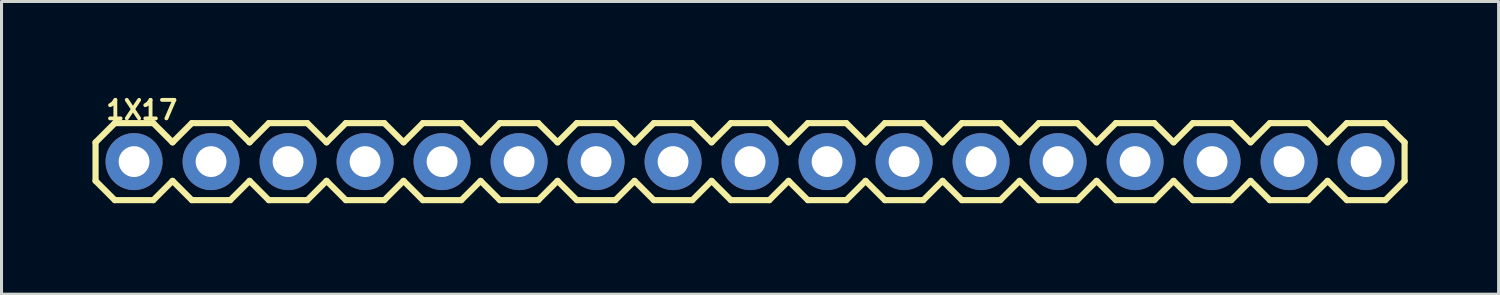
<source format=kicad_pcb>
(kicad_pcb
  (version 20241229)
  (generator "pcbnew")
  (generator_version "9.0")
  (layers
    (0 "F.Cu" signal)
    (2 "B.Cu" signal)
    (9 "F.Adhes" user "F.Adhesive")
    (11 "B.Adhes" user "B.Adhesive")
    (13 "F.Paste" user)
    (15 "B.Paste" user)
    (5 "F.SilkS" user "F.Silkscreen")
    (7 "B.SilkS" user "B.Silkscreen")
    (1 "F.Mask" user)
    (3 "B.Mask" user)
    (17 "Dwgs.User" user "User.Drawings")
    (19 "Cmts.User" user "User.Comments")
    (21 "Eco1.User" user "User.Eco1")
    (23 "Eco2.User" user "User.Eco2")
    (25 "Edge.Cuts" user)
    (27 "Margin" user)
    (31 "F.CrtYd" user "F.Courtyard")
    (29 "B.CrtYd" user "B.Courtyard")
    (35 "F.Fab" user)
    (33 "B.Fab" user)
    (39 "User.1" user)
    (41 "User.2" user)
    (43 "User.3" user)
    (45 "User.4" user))
  (footprint "1X17"
    (layer "F.Cu")
    (at 1.372 2.281)
    (property "Reference" "1X17" (at 0.254 -1.702 0) (layer "F.SilkS") (effects (font (size 0.61 0.61) (thickness 0.127))))
    (attr exclude_from_pos_files exclude_from_bom)
    (fp_line (start -1.27 -0.635) (end -1.27 0.635) (stroke (width 0.203) (type solid)) (layer "F.SilkS"))
    (fp_line (start -1.27 0.635) (end -0.635 1.27) (stroke (width 0.203) (type solid)) (layer "F.SilkS"))
    (fp_line (start -0.635 -1.27) (end -1.27 -0.635) (stroke (width 0.203) (type solid)) (layer "F.SilkS"))
    (fp_line (start -0.635 -1.27) (end 0.635 -1.27) (stroke (width 0.203) (type solid)) (layer "F.SilkS"))
    (fp_line (start 0.635 -1.27) (end 1.27 -0.635) (stroke (width 0.203) (type solid)) (layer "F.SilkS"))
    (fp_line (start 0.635 1.27) (end -0.635 1.27) (stroke (width 0.203) (type solid)) (layer "F.SilkS"))
    (fp_line (start 1.27 -0.635) (end 1.905 -1.27) (stroke (width 0.203) (type solid)) (layer "F.SilkS"))
    (fp_line (start 1.27 0.635) (end 0.635 1.27) (stroke (width 0.203) (type solid)) (layer "F.SilkS"))
    (fp_line (start 1.905 -1.27) (end 3.175 -1.27) (stroke (width 0.203) (type solid)) (layer "F.SilkS"))
    (fp_line (start 1.905 1.27) (end 1.27 0.635) (stroke (width 0.203) (type solid)) (layer "F.SilkS"))
    (fp_line (start 3.175 -1.27) (end 3.81 -0.635) (stroke (width 0.203) (type solid)) (layer "F.SilkS"))
    (fp_line (start 3.175 1.27) (end 1.905 1.27) (stroke (width 0.203) (type solid)) (layer "F.SilkS"))
    (fp_line (start 3.81 -0.635) (end 4.445 -1.27) (stroke (width 0.203) (type solid)) (layer "F.SilkS"))
    (fp_line (start 3.81 0.635) (end 3.175 1.27) (stroke (width 0.203) (type solid)) (layer "F.SilkS"))
    (fp_line (start 4.445 -1.27) (end 5.715 -1.27) (stroke (width 0.203) (type solid)) (layer "F.SilkS"))
    (fp_line (start 4.445 1.27) (end 3.81 0.635) (stroke (width 0.203) (type solid)) (layer "F.SilkS"))
    (fp_line (start 5.715 -1.27) (end 6.35 -0.635) (stroke (width 0.203) (type solid)) (layer "F.SilkS"))
    (fp_line (start 5.715 1.27) (end 4.445 1.27) (stroke (width 0.203) (type solid)) (layer "F.SilkS"))
    (fp_line (start 6.35 0.635) (end 5.715 1.27) (stroke (width 0.203) (type solid)) (layer "F.SilkS"))
    (fp_line (start 6.35 0.635) (end 6.985 1.27) (stroke (width 0.203) (type solid)) (layer "F.SilkS"))
    (fp_line (start 6.985 -1.27) (end 6.35 -0.635) (stroke (width 0.203) (type solid)) (layer "F.SilkS"))
    (fp_line (start 6.985 -1.27) (end 8.255 -1.27) (stroke (width 0.203) (type solid)) (layer "F.SilkS"))
    (fp_line (start 8.255 -1.27) (end 8.89 -0.635) (stroke (width 0.203) (type solid)) (layer "F.SilkS"))
    (fp_line (start 8.255 1.27) (end 6.985 1.27) (stroke (width 0.203) (type solid)) (layer "F.SilkS"))
    (fp_line (start 8.89 -0.635) (end 9.525 -1.27) (stroke (width 0.203) (type solid)) (layer "F.SilkS"))
    (fp_line (start 8.89 0.635) (end 8.255 1.27) (stroke (width 0.203) (type solid)) (layer "F.SilkS"))
    (fp_line (start 9.525 -1.27) (end 10.795 -1.27) (stroke (width 0.203) (type solid)) (layer "F.SilkS"))
    (fp_line (start 9.525 1.27) (end 8.89 0.635) (stroke (width 0.203) (type solid)) (layer "F.SilkS"))
    (fp_line (start 10.795 -1.27) (end 11.43 -0.635) (stroke (width 0.203) (type solid)) (layer "F.SilkS"))
    (fp_line (start 10.795 1.27) (end 9.525 1.27) (stroke (width 0.203) (type solid)) (layer "F.SilkS"))
    (fp_line (start 11.43 -0.635) (end 12.065 -1.27) (stroke (width 0.203) (type solid)) (layer "F.SilkS"))
    (fp_line (start 11.43 0.635) (end 10.795 1.27) (stroke (width 0.203) (type solid)) (layer "F.SilkS"))
    (fp_line (start 12.065 -1.27) (end 13.335 -1.27) (stroke (width 0.203) (type solid)) (layer "F.SilkS"))
    (fp_line (start 12.065 1.27) (end 11.43 0.635) (stroke (width 0.203) (type solid)) (layer "F.SilkS"))
    (fp_line (start 13.335 -1.27) (end 13.97 -0.635) (stroke (width 0.203) (type solid)) (layer "F.SilkS"))
    (fp_line (start 13.335 1.27) (end 12.065 1.27) (stroke (width 0.203) (type solid)) (layer "F.SilkS"))
    (fp_line (start 13.97 0.635) (end 13.335 1.27) (stroke (width 0.203) (type solid)) (layer "F.SilkS"))
    (fp_line (start 13.97 0.635) (end 14.605 1.27) (stroke (width 0.203) (type solid)) (layer "F.SilkS"))
    (fp_line (start 14.605 -1.27) (end 13.97 -0.635) (stroke (width 0.203) (type solid)) (layer "F.SilkS"))
    (fp_line (start 14.605 -1.27) (end 15.875 -1.27) (stroke (width 0.203) (type solid)) (layer "F.SilkS"))
    (fp_line (start 15.875 -1.27) (end 16.51 -0.635) (stroke (width 0.203) (type solid)) (layer "F.SilkS"))
    (fp_line (start 15.875 1.27) (end 14.605 1.27) (stroke (width 0.203) (type solid)) (layer "F.SilkS"))
    (fp_line (start 16.51 0.635) (end 15.875 1.27) (stroke (width 0.203) (type solid)) (layer "F.SilkS"))
    (fp_line (start 16.51 0.635) (end 17.145 1.27) (stroke (width 0.203) (type solid)) (layer "F.SilkS"))
    (fp_line (start 17.145 -1.27) (end 16.51 -0.635) (stroke (width 0.203) (type solid)) (layer "F.SilkS"))
    (fp_line (start 17.145 -1.27) (end 18.415 -1.27) (stroke (width 0.203) (type solid)) (layer "F.SilkS"))
    (fp_line (start 18.415 -1.27) (end 19.05 -0.635) (stroke (width 0.203) (type solid)) (layer "F.SilkS"))
    (fp_line (start 18.415 1.27) (end 17.145 1.27) (stroke (width 0.203) (type solid)) (layer "F.SilkS"))
    (fp_line (start 19.05 -0.635) (end 19.685 -1.27) (stroke (width 0.203) (type solid)) (layer "F.SilkS"))
    (fp_line (start 19.05 0.635) (end 18.415 1.27) (stroke (width 0.203) (type solid)) (layer "F.SilkS"))
    (fp_line (start 19.685 -1.27) (end 20.955 -1.27) (stroke (width 0.203) (type solid)) (layer "F.SilkS"))
    (fp_line (start 19.685 1.27) (end 19.05 0.635) (stroke (width 0.203) (type solid)) (layer "F.SilkS"))
    (fp_line (start 20.955 -1.27) (end 21.59 -0.635) (stroke (width 0.203) (type solid)) (layer "F.SilkS"))
    (fp_line (start 20.955 1.27) (end 19.685 1.27) (stroke (width 0.203) (type solid)) (layer "F.SilkS"))
    (fp_line (start 21.59 -0.635) (end 22.225 -1.27) (stroke (width 0.203) (type solid)) (layer "F.SilkS"))
    (fp_line (start 21.59 0.635) (end 20.955 1.27) (stroke (width 0.203) (type solid)) (layer "F.SilkS"))
    (fp_line (start 22.225 -1.27) (end 23.495 -1.27) (stroke (width 0.203) (type solid)) (layer "F.SilkS"))
    (fp_line (start 22.225 1.27) (end 21.59 0.635) (stroke (width 0.203) (type solid)) (layer "F.SilkS"))
    (fp_line (start 23.495 -1.27) (end 24.13 -0.635) (stroke (width 0.203) (type solid)) (layer "F.SilkS"))
    (fp_line (start 23.495 1.27) (end 22.225 1.27) (stroke (width 0.203) (type solid)) (layer "F.SilkS"))
    (fp_line (start 24.13 0.635) (end 23.495 1.27) (stroke (width 0.203) (type solid)) (layer "F.SilkS"))
    (fp_line (start 24.13 0.635) (end 24.765 1.27) (stroke (width 0.203) (type solid)) (layer "F.SilkS"))
    (fp_line (start 24.765 -1.27) (end 24.13 -0.635) (stroke (width 0.203) (type solid)) (layer "F.SilkS"))
    (fp_line (start 24.765 -1.27) (end 26.035 -1.27) (stroke (width 0.203) (type solid)) (layer "F.SilkS"))
    (fp_line (start 26.035 -1.27) (end 26.67 -0.635) (stroke (width 0.203) (type solid)) (layer "F.SilkS"))
    (fp_line (start 26.035 1.27) (end 24.765 1.27) (stroke (width 0.203) (type solid)) (layer "F.SilkS"))
    (fp_line (start 26.67 -0.635) (end 27.305 -1.27) (stroke (width 0.203) (type solid)) (layer "F.SilkS"))
    (fp_line (start 26.67 0.635) (end 26.035 1.27) (stroke (width 0.203) (type solid)) (layer "F.SilkS"))
    (fp_line (start 27.305 -1.27) (end 28.575 -1.27) (stroke (width 0.203) (type solid)) (layer "F.SilkS"))
    (fp_line (start 27.305 1.27) (end 26.67 0.635) (stroke (width 0.203) (type solid)) (layer "F.SilkS"))
    (fp_line (start 28.575 -1.27) (end 29.21 -0.635) (stroke (width 0.203) (type solid)) (layer "F.SilkS"))
    (fp_line (start 28.575 1.27) (end 27.305 1.27) (stroke (width 0.203) (type solid)) (layer "F.SilkS"))
    (fp_line (start 29.21 -0.635) (end 29.845 -1.27) (stroke (width 0.203) (type solid)) (layer "F.SilkS"))
    (fp_line (start 29.21 0.635) (end 28.575 1.27) (stroke (width 0.203) (type solid)) (layer "F.SilkS"))
    (fp_line (start 29.845 -1.27) (end 31.115 -1.27) (stroke (width 0.203) (type solid)) (layer "F.SilkS"))
    (fp_line (start 29.845 1.27) (end 29.21 0.635) (stroke (width 0.203) (type solid)) (layer "F.SilkS"))
    (fp_line (start 31.115 -1.27) (end 31.75 -0.635) (stroke (width 0.203) (type solid)) (layer "F.SilkS"))
    (fp_line (start 31.115 1.27) (end 29.845 1.27) (stroke (width 0.203) (type solid)) (layer "F.SilkS"))
    (fp_line (start 31.75 0.635) (end 31.115 1.27) (stroke (width 0.203) (type solid)) (layer "F.SilkS"))
    (fp_line (start 31.75 0.635) (end 32.385 1.27) (stroke (width 0.203) (type solid)) (layer "F.SilkS"))
    (fp_line (start 32.385 -1.27) (end 31.75 -0.635) (stroke (width 0.203) (type solid)) (layer "F.SilkS"))
    (fp_line (start 32.385 -1.27) (end 33.655 -1.27) (stroke (width 0.203) (type solid)) (layer "F.SilkS"))
    (fp_line (start 33.655 -1.27) (end 34.29 -0.635) (stroke (width 0.203) (type solid)) (layer "F.SilkS"))
    (fp_line (start 33.655 1.27) (end 32.385 1.27) (stroke (width 0.203) (type solid)) (layer "F.SilkS"))
    (fp_line (start 34.29 0.635) (end 33.655 1.27) (stroke (width 0.203) (type solid)) (layer "F.SilkS"))
    (fp_line (start 34.29 0.635) (end 34.925 1.27) (stroke (width 0.203) (type solid)) (layer "F.SilkS"))
    (fp_line (start 34.925 -1.27) (end 34.29 -0.635) (stroke (width 0.203) (type solid)) (layer "F.SilkS"))
    (fp_line (start 34.925 -1.27) (end 36.195 -1.27) (stroke (width 0.203) (type solid)) (layer "F.SilkS"))
    (fp_line (start 36.195 -1.27) (end 36.83 -0.635) (stroke (width 0.203) (type solid)) (layer "F.SilkS"))
    (fp_line (start 36.195 1.27) (end 34.925 1.27) (stroke (width 0.203) (type solid)) (layer "F.SilkS"))
    (fp_line (start 36.83 0.635) (end 36.195 1.27) (stroke (width 0.203) (type solid)) (layer "F.SilkS"))
    (fp_line (start 36.83 0.635) (end 37.465 1.27) (stroke (width 0.203) (type solid)) (layer "F.SilkS"))
    (fp_line (start 37.465 -1.27) (end 36.83 -0.635) (stroke (width 0.203) (type solid)) (layer "F.SilkS"))
    (fp_line (start 37.465 -1.27) (end 38.735 -1.27) (stroke (width 0.203) (type solid)) (layer "F.SilkS"))
    (fp_line (start 38.735 -1.27) (end 39.37 -0.635) (stroke (width 0.203) (type solid)) (layer "F.SilkS"))
    (fp_line (start 38.735 1.27) (end 37.465 1.27) (stroke (width 0.203) (type solid)) (layer "F.SilkS"))
    (fp_line (start 39.37 0.635) (end 38.735 1.27) (stroke (width 0.203) (type solid)) (layer "F.SilkS"))
    (fp_line (start 39.37 0.635) (end 40.005 1.27) (stroke (width 0.203) (type solid)) (layer "F.SilkS"))
    (fp_line (start 40.005 -1.27) (end 39.37 -0.635) (stroke (width 0.203) (type solid)) (layer "F.SilkS"))
    (fp_line (start 40.005 -1.27) (end 41.275 -1.27) (stroke (width 0.203) (type solid)) (layer "F.SilkS"))
    (fp_line (start 41.275 -1.27) (end 41.91 -0.635) (stroke (width 0.203) (type solid)) (layer "F.SilkS"))
    (fp_line (start 41.275 1.27) (end 40.005 1.27) (stroke (width 0.203) (type solid)) (layer "F.SilkS"))
    (fp_line (start 41.91 -0.635) (end 41.91 0.635) (stroke (width 0.203) (type solid)) (layer "F.SilkS"))
    (fp_line (start 41.91 0.635) (end 41.275 1.27) (stroke (width 0.203) (type solid)) (layer "F.SilkS"))
    (fp_line (start -0.254 -0.254) (end 0.254 -0.254) (stroke (width 0.066) (type solid)) (layer "Dwgs.User"))
    (fp_line (start -0.254 0.254) (end -0.254 -0.254) (stroke (width 0.066) (type solid)) (layer "Dwgs.User"))
    (fp_line (start -0.254 0.254) (end 0.254 0.254) (stroke (width 0.066) (type solid)) (layer "Dwgs.User"))
    (fp_line (start 0.254 0.254) (end 0.254 -0.254) (stroke (width 0.066) (type solid)) (layer "Dwgs.User"))
    (fp_line (start 2.286 -0.254) (end 2.794 -0.254) (stroke (width 0.066) (type solid)) (layer "Dwgs.User"))
    (fp_line (start 2.286 0.254) (end 2.286 -0.254) (stroke (width 0.066) (type solid)) (layer "Dwgs.User"))
    (fp_line (start 2.286 0.254) (end 2.794 0.254) (stroke (width 0.066) (type solid)) (layer "Dwgs.User"))
    (fp_line (start 2.794 0.254) (end 2.794 -0.254) (stroke (width 0.066) (type solid)) (layer "Dwgs.User"))
    (fp_line (start 4.826 -0.254) (end 5.334 -0.254) (stroke (width 0.066) (type solid)) (layer "Dwgs.User"))
    (fp_line (start 4.826 0.254) (end 4.826 -0.254) (stroke (width 0.066) (type solid)) (layer "Dwgs.User"))
    (fp_line (start 4.826 0.254) (end 5.334 0.254) (stroke (width 0.066) (type solid)) (layer "Dwgs.User"))
    (fp_line (start 5.334 0.254) (end 5.334 -0.254) (stroke (width 0.066) (type solid)) (layer "Dwgs.User"))
    (fp_line (start 7.366 -0.254) (end 7.874 -0.254) (stroke (width 0.066) (type solid)) (layer "Dwgs.User"))
    (fp_line (start 7.366 0.254) (end 7.366 -0.254) (stroke (width 0.066) (type solid)) (layer "Dwgs.User"))
    (fp_line (start 7.366 0.254) (end 7.874 0.254) (stroke (width 0.066) (type solid)) (layer "Dwgs.User"))
    (fp_line (start 7.874 0.254) (end 7.874 -0.254) (stroke (width 0.066) (type solid)) (layer "Dwgs.User"))
    (fp_line (start 9.906 -0.254) (end 10.414 -0.254) (stroke (width 0.066) (type solid)) (layer "Dwgs.User"))
    (fp_line (start 9.906 0.254) (end 9.906 -0.254) (stroke (width 0.066) (type solid)) (layer "Dwgs.User"))
    (fp_line (start 9.906 0.254) (end 10.414 0.254) (stroke (width 0.066) (type solid)) (layer "Dwgs.User"))
    (fp_line (start 10.414 0.254) (end 10.414 -0.254) (stroke (width 0.066) (type solid)) (layer "Dwgs.User"))
    (fp_line (start 12.446 -0.254) (end 12.954 -0.254) (stroke (width 0.066) (type solid)) (layer "Dwgs.User"))
    (fp_line (start 12.446 0.254) (end 12.446 -0.254) (stroke (width 0.066) (type solid)) (layer "Dwgs.User"))
    (fp_line (start 12.446 0.254) (end 12.954 0.254) (stroke (width 0.066) (type solid)) (layer "Dwgs.User"))
    (fp_line (start 12.954 0.254) (end 12.954 -0.254) (stroke (width 0.066) (type solid)) (layer "Dwgs.User"))
    (fp_line (start 14.986 -0.254) (end 15.494 -0.254) (stroke (width 0.066) (type solid)) (layer "Dwgs.User"))
    (fp_line (start 14.986 0.254) (end 14.986 -0.254) (stroke (width 0.066) (type solid)) (layer "Dwgs.User"))
    (fp_line (start 14.986 0.254) (end 15.494 0.254) (stroke (width 0.066) (type solid)) (layer "Dwgs.User"))
    (fp_line (start 15.494 0.254) (end 15.494 -0.254) (stroke (width 0.066) (type solid)) (layer "Dwgs.User"))
    (fp_line (start 17.523 -0.254) (end 18.034 -0.254) (stroke (width 0.066) (type solid)) (layer "Dwgs.User"))
    (fp_line (start 17.523 0.254) (end 17.523 -0.254) (stroke (width 0.066) (type solid)) (layer "Dwgs.User"))
    (fp_line (start 17.523 0.254) (end 18.034 0.254) (stroke (width 0.066) (type solid)) (layer "Dwgs.User"))
    (fp_line (start 18.034 0.254) (end 18.034 -0.254) (stroke (width 0.066) (type solid)) (layer "Dwgs.User"))
    (fp_line (start 20.066 -0.254) (end 20.574 -0.254) (stroke (width 0.066) (type solid)) (layer "Dwgs.User"))
    (fp_line (start 20.066 0.254) (end 20.066 -0.254) (stroke (width 0.066) (type solid)) (layer "Dwgs.User"))
    (fp_line (start 20.066 0.254) (end 20.574 0.254) (stroke (width 0.066) (type solid)) (layer "Dwgs.User"))
    (fp_line (start 20.574 0.254) (end 20.574 -0.254) (stroke (width 0.066) (type solid)) (layer "Dwgs.User"))
    (fp_line (start 22.606 -0.254) (end 23.114 -0.254) (stroke (width 0.066) (type solid)) (layer "Dwgs.User"))
    (fp_line (start 22.606 0.254) (end 22.606 -0.254) (stroke (width 0.066) (type solid)) (layer "Dwgs.User"))
    (fp_line (start 22.606 0.254) (end 23.114 0.254) (stroke (width 0.066) (type solid)) (layer "Dwgs.User"))
    (fp_line (start 23.114 0.254) (end 23.114 -0.254) (stroke (width 0.066) (type solid)) (layer "Dwgs.User"))
    (fp_line (start 25.146 -0.254) (end 25.654 -0.254) (stroke (width 0.066) (type solid)) (layer "Dwgs.User"))
    (fp_line (start 25.146 0.254) (end 25.146 -0.254) (stroke (width 0.066) (type solid)) (layer "Dwgs.User"))
    (fp_line (start 25.146 0.254) (end 25.654 0.254) (stroke (width 0.066) (type solid)) (layer "Dwgs.User"))
    (fp_line (start 25.654 0.254) (end 25.654 -0.254) (stroke (width 0.066) (type solid)) (layer "Dwgs.User"))
    (fp_line (start 27.686 -0.254) (end 28.194 -0.254) (stroke (width 0.066) (type solid)) (layer "Dwgs.User"))
    (fp_line (start 27.686 0.254) (end 27.686 -0.254) (stroke (width 0.066) (type solid)) (layer "Dwgs.User"))
    (fp_line (start 27.686 0.254) (end 28.194 0.254) (stroke (width 0.066) (type solid)) (layer "Dwgs.User"))
    (fp_line (start 28.194 0.254) (end 28.194 -0.254) (stroke (width 0.066) (type solid)) (layer "Dwgs.User"))
    (fp_line (start 30.226 -0.254) (end 30.734 -0.254) (stroke (width 0.066) (type solid)) (layer "Dwgs.User"))
    (fp_line (start 30.226 0.254) (end 30.226 -0.254) (stroke (width 0.066) (type solid)) (layer "Dwgs.User"))
    (fp_line (start 30.226 0.254) (end 30.734 0.254) (stroke (width 0.066) (type solid)) (layer "Dwgs.User"))
    (fp_line (start 30.734 0.254) (end 30.734 -0.254) (stroke (width 0.066) (type solid)) (layer "Dwgs.User"))
    (fp_line (start 32.766 -0.254) (end 33.274 -0.254) (stroke (width 0.066) (type solid)) (layer "Dwgs.User"))
    (fp_line (start 32.766 0.254) (end 32.766 -0.254) (stroke (width 0.066) (type solid)) (layer "Dwgs.User"))
    (fp_line (start 32.766 0.254) (end 33.274 0.254) (stroke (width 0.066) (type solid)) (layer "Dwgs.User"))
    (fp_line (start 33.274 0.254) (end 33.274 -0.254) (stroke (width 0.066) (type solid)) (layer "Dwgs.User"))
    (fp_line (start 35.303 -0.254) (end 35.814 -0.254) (stroke (width 0.066) (type solid)) (layer "Dwgs.User"))
    (fp_line (start 35.303 0.254) (end 35.303 -0.254) (stroke (width 0.066) (type solid)) (layer "Dwgs.User"))
    (fp_line (start 35.303 0.254) (end 35.814 0.254) (stroke (width 0.066) (type solid)) (layer "Dwgs.User"))
    (fp_line (start 35.814 0.254) (end 35.814 -0.254) (stroke (width 0.066) (type solid)) (layer "Dwgs.User"))
    (fp_line (start 37.846 -0.254) (end 38.354 -0.254) (stroke (width 0.066) (type solid)) (layer "Dwgs.User"))
    (fp_line (start 37.846 0.254) (end 37.846 -0.254) (stroke (width 0.066) (type solid)) (layer "Dwgs.User"))
    (fp_line (start 37.846 0.254) (end 38.354 0.254) (stroke (width 0.066) (type solid)) (layer "Dwgs.User"))
    (fp_line (start 38.354 0.254) (end 38.354 -0.254) (stroke (width 0.066) (type solid)) (layer "Dwgs.User"))
    (fp_line (start 40.386 -0.254) (end 40.894 -0.254) (stroke (width 0.066) (type solid)) (layer "Dwgs.User"))
    (fp_line (start 40.386 0.254) (end 40.386 -0.254) (stroke (width 0.066) (type solid)) (layer "Dwgs.User"))
    (fp_line (start 40.386 0.254) (end 40.894 0.254) (stroke (width 0.066) (type solid)) (layer "Dwgs.User"))
    (fp_line (start 40.894 0.254) (end 40.894 -0.254) (stroke (width 0.066) (type solid)) (layer "Dwgs.User"))
    (pad "1" thru_hole circle (at 0 0) (size 1.88 1.88) (drill 1.016) (layers "*.Cu" "*.Paste" "*.Mask"))
    (pad "2" thru_hole circle (at 2.54 0) (size 1.88 1.88) (drill 1.016) (layers "*.Cu" "*.Paste" "*.Mask"))
    (pad "3" thru_hole circle (at 5.08 0) (size 1.88 1.88) (drill 1.016) (layers "*.Cu" "*.Paste" "*.Mask"))
    (pad "4" thru_hole circle (at 7.62 0) (size 1.88 1.88) (drill 1.016) (layers "*.Cu" "*.Paste" "*.Mask"))
    (pad "5" thru_hole circle (at 10.16 0) (size 1.88 1.88) (drill 1.016) (layers "*.Cu" "*.Paste" "*.Mask"))
    (pad "6" thru_hole circle (at 12.7 0) (size 1.88 1.88) (drill 1.016) (layers "*.Cu" "*.Paste" "*.Mask"))
    (pad "7" thru_hole circle (at 15.24 0) (size 1.88 1.88) (drill 1.016) (layers "*.Cu" "*.Paste" "*.Mask"))
    (pad "8" thru_hole circle (at 17.78 0) (size 1.88 1.88) (drill 1.016) (layers "*.Cu" "*.Paste" "*.Mask"))
    (pad "9" thru_hole circle (at 20.32 0) (size 1.88 1.88) (drill 1.016) (layers "*.Cu" "*.Paste" "*.Mask"))
    (pad "10" thru_hole circle (at 22.86 0) (size 1.88 1.88) (drill 1.016) (layers "*.Cu" "*.Paste" "*.Mask"))
    (pad "11" thru_hole circle (at 25.4 0) (size 1.88 1.88) (drill 1.016) (layers "*.Cu" "*.Paste" "*.Mask"))
    (pad "12" thru_hole circle (at 27.94 0) (size 1.88 1.88) (drill 1.016) (layers "*.Cu" "*.Paste" "*.Mask"))
    (pad "13" thru_hole circle (at 30.48 0) (size 1.88 1.88) (drill 1.016) (layers "*.Cu" "*.Paste" "*.Mask"))
    (pad "14" thru_hole circle (at 33.02 0) (size 1.88 1.88) (drill 1.016) (layers "*.Cu" "*.Paste" "*.Mask"))
    (pad "15" thru_hole circle (at 35.56 0) (size 1.88 1.88) (drill 1.016) (layers "*.Cu" "*.Paste" "*.Mask"))
    (pad "16" thru_hole circle (at 38.1 0) (size 1.88 1.88) (drill 1.016) (layers "*.Cu" "*.Paste" "*.Mask"))
    (pad "17" thru_hole circle (at 40.64 0) (size 1.88 1.88) (drill 1.016) (layers "*.Cu" "*.Paste" "*.Mask")))
  (gr_rect
    (start -3 -3)
    (end 46.383 6.653)
    (stroke (width 0.1) (type default))
    (fill no)
    (layer "Edge.Cuts")))
</source>
